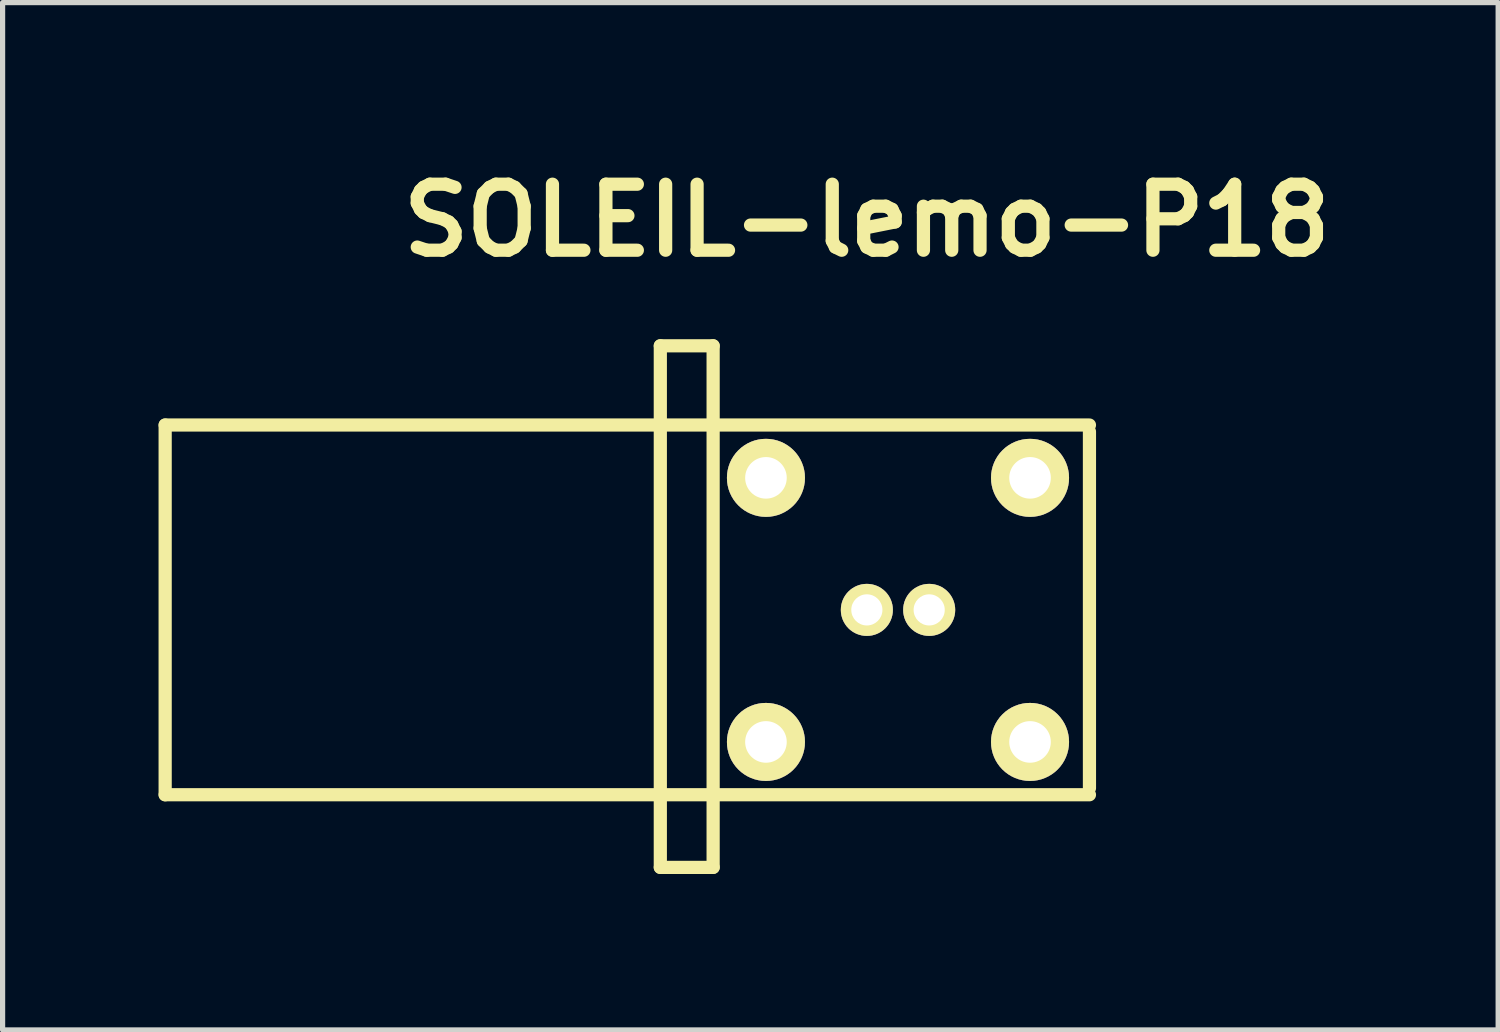
<source format=kicad_pcb>
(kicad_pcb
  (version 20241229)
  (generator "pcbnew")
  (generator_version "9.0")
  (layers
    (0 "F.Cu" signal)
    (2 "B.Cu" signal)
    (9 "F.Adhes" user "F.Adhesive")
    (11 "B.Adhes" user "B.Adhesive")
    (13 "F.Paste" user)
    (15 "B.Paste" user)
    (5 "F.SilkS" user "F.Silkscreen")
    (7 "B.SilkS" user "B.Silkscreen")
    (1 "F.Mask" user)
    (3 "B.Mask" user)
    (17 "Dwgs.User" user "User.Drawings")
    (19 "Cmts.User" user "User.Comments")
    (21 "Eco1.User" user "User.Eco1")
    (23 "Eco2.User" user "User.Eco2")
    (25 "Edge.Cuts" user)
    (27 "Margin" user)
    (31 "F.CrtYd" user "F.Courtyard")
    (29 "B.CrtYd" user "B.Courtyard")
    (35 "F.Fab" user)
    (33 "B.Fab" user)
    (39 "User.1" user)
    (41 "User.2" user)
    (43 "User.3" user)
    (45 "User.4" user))
  (footprint "SOLEIL-lemo-P18"
    (layer "F.Cu")
    (at 13.625 8.682)
    (property "Reference" "SOLEIL-lemo-P18" (at 0 -7.493 0) (layer "F.SilkS") (effects (font (size 1.27 1.27) (thickness 0.254))))
    (attr through_hole)
    (fp_line (start -13.498 3.556) (end -13.498 -3.556) (stroke (width 0.254) (type solid)) (layer "F.SilkS"))
    (fp_line (start -3.973 -5.08) (end -2.957 -5.08) (stroke (width 0.254) (type solid)) (layer "F.SilkS"))
    (fp_line (start -3.973 4.953) (end -3.973 -5.08) (stroke (width 0.254) (type solid)) (layer "F.SilkS"))
    (fp_line (start -2.957 -5.08) (end -2.957 4.953) (stroke (width 0.254) (type solid)) (layer "F.SilkS"))
    (fp_line (start -2.957 4.953) (end -3.973 4.953) (stroke (width 0.254) (type solid)) (layer "F.SilkS"))
    (fp_line (start 4.282 -3.556) (end -13.498 -3.556) (stroke (width 0.254) (type solid)) (layer "F.SilkS"))
    (fp_line (start 4.282 3.429) (end 4.282 -3.429) (stroke (width 0.254) (type solid)) (layer "F.SilkS"))
    (fp_line (start 4.282 3.556) (end -13.498 3.556) (stroke (width 0.254) (type solid)) (layer "F.SilkS"))
    (pad "1" thru_hole circle (at 1.199 0) (size 1.001 1.001) (drill 0.599) (layers "*.Cu" "*.Mask" "F.SilkS"))
    (pad "2" thru_hole circle (at 0 0) (size 1.001 1.001) (drill 0.599) (layers "*.Cu" "*.Mask" "F.SilkS"))
    (pad "3" thru_hole circle (at -1.941 -2.54) (size 1.501 1.501) (drill 0.8) (layers "*.Cu" "*.Mask" "F.SilkS"))
    (pad "4" thru_hole circle (at -1.941 2.54) (size 1.501 1.501) (drill 0.8) (layers "*.Cu" "*.Mask" "F.SilkS"))
    (pad "5" thru_hole circle (at 3.139 2.54) (size 1.501 1.501) (drill 0.8) (layers "*.Cu" "*.Mask" "F.SilkS"))
    (pad "6" thru_hole circle (at 3.139 -2.54) (size 1.501 1.501) (drill 0.8) (layers "*.Cu" "*.Mask" "F.SilkS")))
  (gr_rect
    (start -3 -3)
    (end 25.769 16.762)
    (stroke (width 0.1) (type default))
    (fill no)
    (layer "Edge.Cuts")))
</source>
